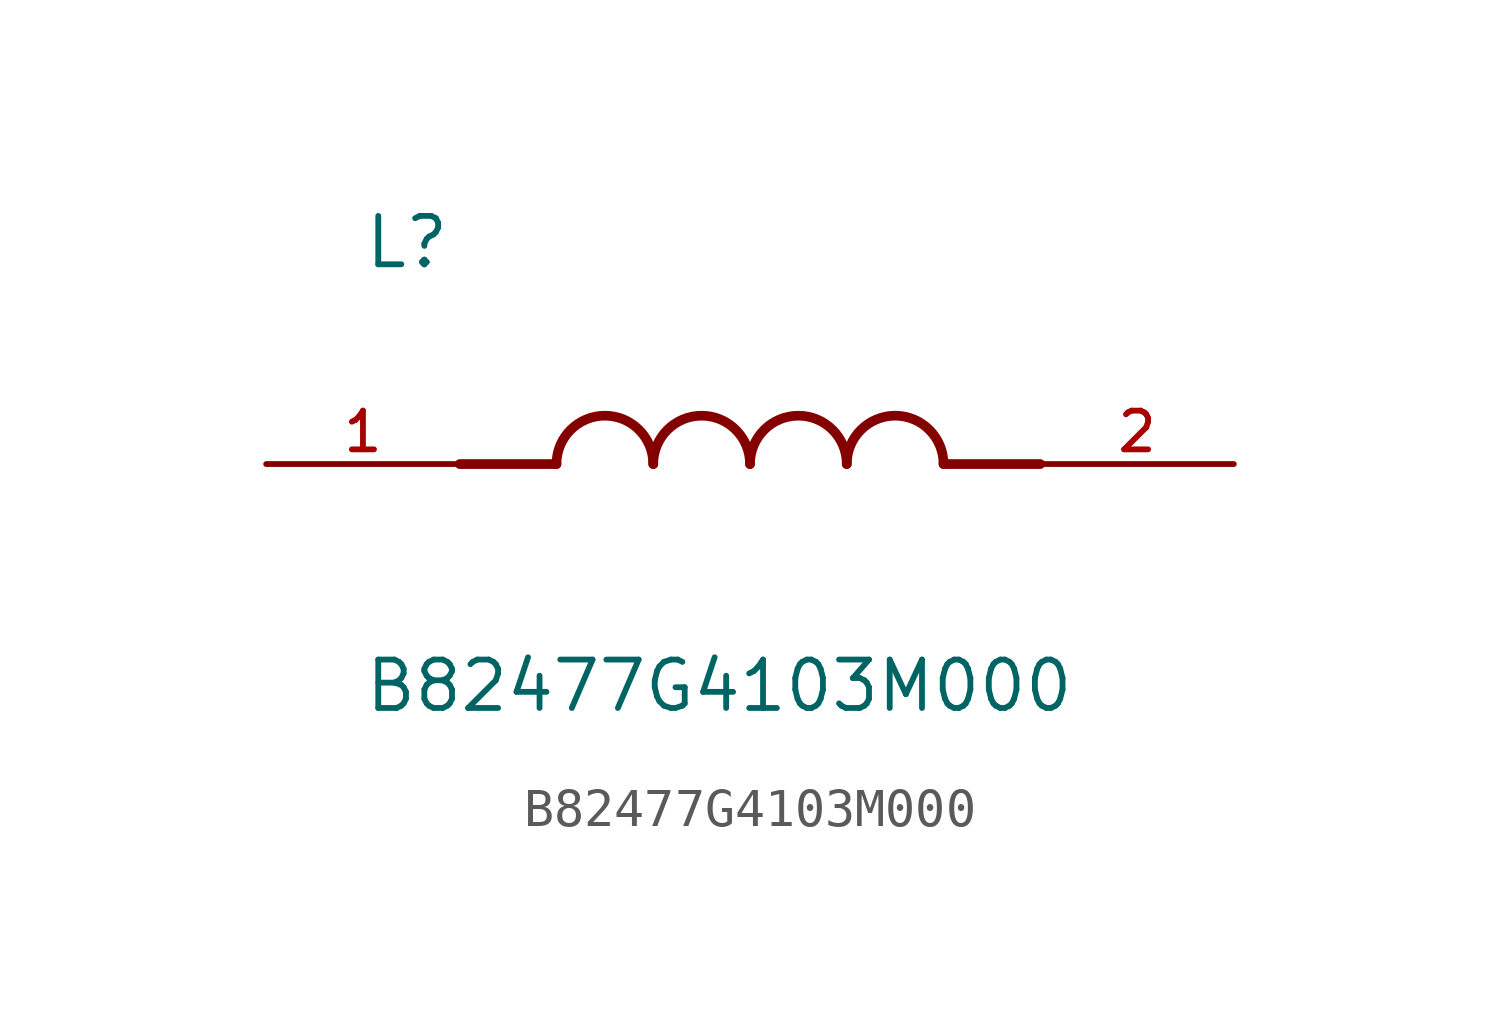
<source format=kicad_sym>
(kicad_symbol_lib
  (version 20211014)
  (generator kicad_symbol_editor)
  (symbol "B82477G4103M000"
    (pin_names
      (offset 1.016))
    (property "Reference" "L"
      (at -10.16 5.08 0)
      (effects (font (size 1.27 1.27)) (justify bottom left)))
    (property "Value" "B82477G4103M000"
      (at -10.16 -5.08 0)
      (effects (font (size 1.27 1.27)) (justify top left)))
    (symbol "B82477G4103M000_0_0"
      (polyline (pts (xy -5.08 0.0) (xy -7.62 0.0)) (stroke (width 0.254)))
      (polyline (pts (xy 5.08 0.0) (xy 7.62 0.0)) (stroke (width 0.254)))
      (arc (start -2.54 0.0) (mid -3.81 1.27) (end -5.08 0.0) (stroke (width 0.254) (type default) (color 0 0 0 0)) (fill (type none)))
      (arc (start 0.0 0.0) (mid -1.27 1.27) (end -2.54 0.0) (stroke (width 0.254) (type default) (color 0 0 0 0)) (fill (type none)))
      (arc (start 2.54 0.0) (mid 1.27 1.27) (end 0.0 0.0) (stroke (width 0.254) (type default) (color 0 0 0 0)) (fill (type none)))
      (arc (start 5.08 0.0) (mid 3.81 1.27) (end 2.54 0.0) (stroke (width 0.254) (type default) (color 0 0 0 0)) (fill (type none)))
      (pin passive line (at -12.7 0.0 0) (length 5.08) (name "~" (effects (font (size 1.016 1.016)))) (number "1" (effects (font (size 1.016 1.016)))))
      (pin passive line (at 12.7 0.0 180.0) (length 5.08) (name "~" (effects (font (size 1.016 1.016)))) (number "2" (effects (font (size 1.016 1.016))))))))
</source>
